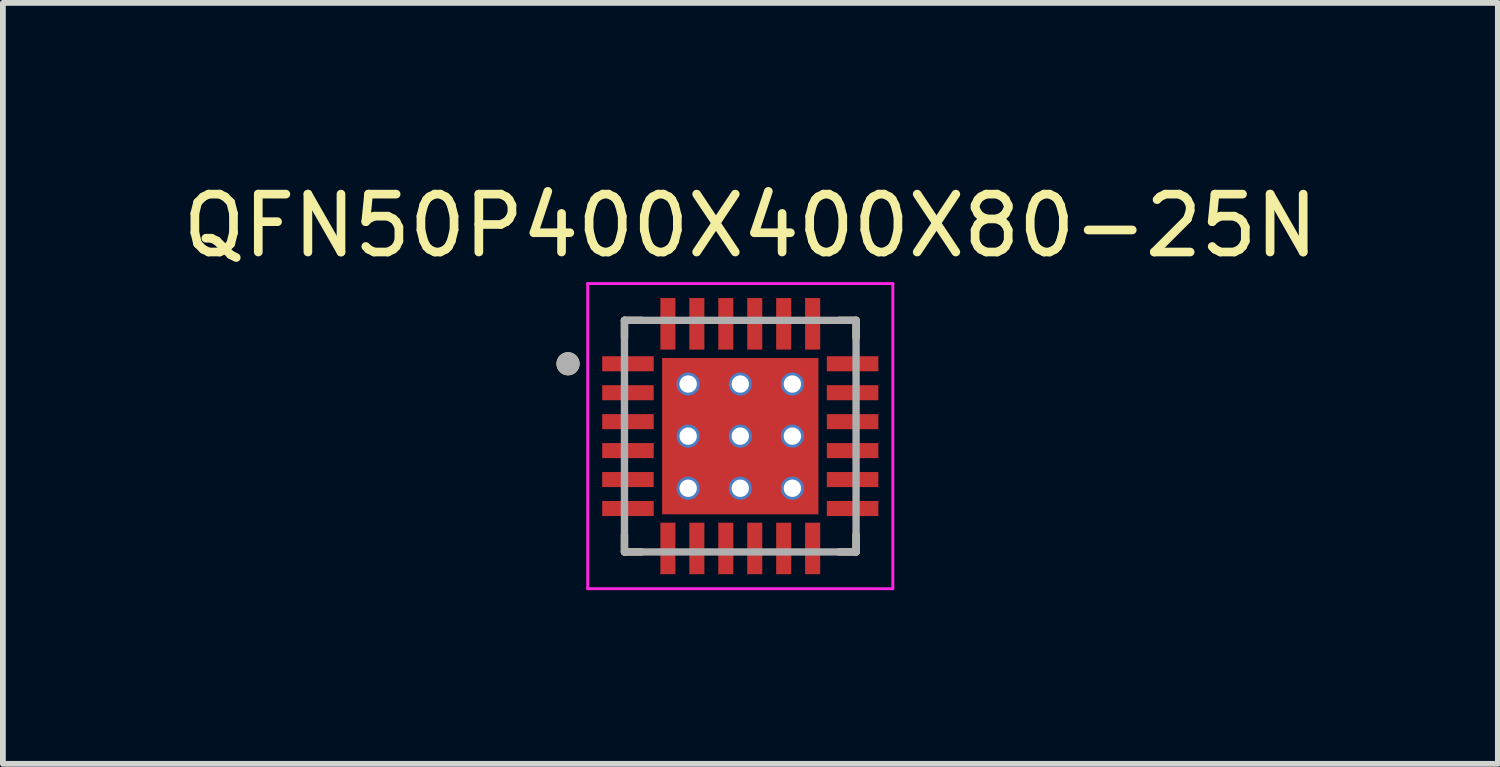
<source format=kicad_pcb>
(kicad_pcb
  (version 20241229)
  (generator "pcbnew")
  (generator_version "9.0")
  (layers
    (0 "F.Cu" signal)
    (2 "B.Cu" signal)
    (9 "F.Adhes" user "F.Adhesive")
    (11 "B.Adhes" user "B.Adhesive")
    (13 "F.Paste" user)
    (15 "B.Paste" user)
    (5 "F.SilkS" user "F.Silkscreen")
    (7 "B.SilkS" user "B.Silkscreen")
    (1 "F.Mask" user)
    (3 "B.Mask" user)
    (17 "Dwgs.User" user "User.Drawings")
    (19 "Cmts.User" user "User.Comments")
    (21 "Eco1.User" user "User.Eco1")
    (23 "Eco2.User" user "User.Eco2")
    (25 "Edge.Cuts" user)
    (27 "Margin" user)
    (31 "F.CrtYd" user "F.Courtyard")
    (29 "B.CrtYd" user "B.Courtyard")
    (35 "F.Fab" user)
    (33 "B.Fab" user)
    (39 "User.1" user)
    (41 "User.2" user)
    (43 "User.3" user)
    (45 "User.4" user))
  (footprint "QFN50P400X400X80-25N"
    (layer "F.Cu")
    (at 9.736 4.483)
    (property "Reference" "QFN50P400X400X80-25N" (at 0.175 -3.635 0) (layer "F.SilkS") (effects (font (size 1 1) (thickness 0.15))))
    (attr through_hole)
    (fp_line (start -2 -2) (end -2 -1.705) (stroke (width 0.127) (type solid)) (layer "F.SilkS"))
    (fp_line (start -2 -2) (end -1.705 -2) (stroke (width 0.127) (type solid)) (layer "F.SilkS"))
    (fp_line (start -2 2) (end -2 1.705) (stroke (width 0.127) (type solid)) (layer "F.SilkS"))
    (fp_line (start -2 2) (end -1.705 2) (stroke (width 0.127) (type solid)) (layer "F.SilkS"))
    (fp_line (start 2 -2) (end 1.705 -2) (stroke (width 0.127) (type solid)) (layer "F.SilkS"))
    (fp_line (start 2 -2) (end 2 -1.705) (stroke (width 0.127) (type solid)) (layer "F.SilkS"))
    (fp_line (start 2 2) (end 1.705 2) (stroke (width 0.127) (type solid)) (layer "F.SilkS"))
    (fp_line (start 2 2) (end 2 1.705) (stroke (width 0.127) (type solid)) (layer "F.SilkS"))
    (fp_circle (center -2.975 -1.25) (end -2.875 -1.25) (stroke (width 0.2) (type solid)) (fill no) (layer "F.SilkS"))
    (fp_poly (pts (xy -0.85 -0.85) (xy 0.85 -0.85) (xy 0.85 0.85) (xy -0.85 0.85)) (stroke (width 0.01) (type solid)) (fill yes) (layer "F.Paste"))
    (fp_line (start -2.635 -2.635) (end 2.635 -2.635) (stroke (width 0.05) (type solid)) (layer "F.CrtYd"))
    (fp_line (start -2.635 2.635) (end -2.635 -2.635) (stroke (width 0.05) (type solid)) (layer "F.CrtYd"))
    (fp_line (start -2.635 2.635) (end 2.635 2.635) (stroke (width 0.05) (type solid)) (layer "F.CrtYd"))
    (fp_line (start 2.635 2.635) (end 2.635 -2.635) (stroke (width 0.05) (type solid)) (layer "F.CrtYd"))
    (fp_line (start -2 2) (end -2 -2) (stroke (width 0.127) (type solid)) (layer "F.Fab"))
    (fp_line (start 2 -2) (end -2 -2) (stroke (width 0.127) (type solid)) (layer "F.Fab"))
    (fp_line (start 2 2) (end -2 2) (stroke (width 0.127) (type solid)) (layer "F.Fab"))
    (fp_line (start 2 2) (end 2 -2) (stroke (width 0.127) (type solid)) (layer "F.Fab"))
    (fp_circle (center -2.975 -1.25) (end -2.875 -1.25) (stroke (width 0.2) (type solid)) (fill no) (layer "F.Fab"))
    (pad "1" smd rect (at -1.94 -1.25) (size 0.89 0.26) (layers "F.Cu" "F.Mask" "F.Paste"))
    (pad "2" smd rect (at -1.94 -0.75) (size 0.89 0.26) (layers "F.Cu" "F.Mask" "F.Paste"))
    (pad "3" smd rect (at -1.94 -0.25) (size 0.89 0.26) (layers "F.Cu" "F.Mask" "F.Paste"))
    (pad "4" smd rect (at -1.94 0.25) (size 0.89 0.26) (layers "F.Cu" "F.Mask" "F.Paste"))
    (pad "5" smd rect (at -1.94 0.75) (size 0.89 0.26) (layers "F.Cu" "F.Mask" "F.Paste"))
    (pad "6" smd rect (at -1.94 1.25) (size 0.89 0.26) (layers "F.Cu" "F.Mask" "F.Paste"))
    (pad "7" smd rect (at -1.25 1.94) (size 0.26 0.89) (layers "F.Cu" "F.Mask" "F.Paste"))
    (pad "8" smd rect (at -0.75 1.94) (size 0.26 0.89) (layers "F.Cu" "F.Mask" "F.Paste"))
    (pad "9" smd rect (at -0.25 1.94) (size 0.26 0.89) (layers "F.Cu" "F.Mask" "F.Paste"))
    (pad "10" smd rect (at 0.25 1.94) (size 0.26 0.89) (layers "F.Cu" "F.Mask" "F.Paste"))
    (pad "11" smd rect (at 0.75 1.94) (size 0.26 0.89) (layers "F.Cu" "F.Mask" "F.Paste"))
    (pad "12" smd rect (at 1.25 1.94) (size 0.26 0.89) (layers "F.Cu" "F.Mask" "F.Paste"))
    (pad "13" smd rect (at 1.94 1.25) (size 0.89 0.26) (layers "F.Cu" "F.Mask" "F.Paste"))
    (pad "14" smd rect (at 1.94 0.75) (size 0.89 0.26) (layers "F.Cu" "F.Mask" "F.Paste"))
    (pad "15" smd rect (at 1.94 0.25) (size 0.89 0.26) (layers "F.Cu" "F.Mask" "F.Paste"))
    (pad "16" smd rect (at 1.94 -0.25) (size 0.89 0.26) (layers "F.Cu" "F.Mask" "F.Paste"))
    (pad "17" smd rect (at 1.94 -0.75) (size 0.89 0.26) (layers "F.Cu" "F.Mask" "F.Paste"))
    (pad "18" smd rect (at 1.94 -1.25) (size 0.89 0.26) (layers "F.Cu" "F.Mask" "F.Paste"))
    (pad "19" smd rect (at 1.25 -1.94) (size 0.26 0.89) (layers "F.Cu" "F.Mask" "F.Paste"))
    (pad "20" smd rect (at 0.75 -1.94) (size 0.26 0.89) (layers "F.Cu" "F.Mask" "F.Paste"))
    (pad "21" smd rect (at 0.25 -1.94) (size 0.26 0.89) (layers "F.Cu" "F.Mask" "F.Paste"))
    (pad "22" smd rect (at -0.25 -1.94) (size 0.26 0.89) (layers "F.Cu" "F.Mask" "F.Paste"))
    (pad "23" smd rect (at -0.75 -1.94) (size 0.26 0.89) (layers "F.Cu" "F.Mask" "F.Paste"))
    (pad "24" smd rect (at -1.25 -1.94) (size 0.26 0.89) (layers "F.Cu" "F.Mask" "F.Paste"))
    (pad "25" smd rect (at 0 0) (size 2.7 2.7) (layers "F.Cu" "F.Mask"))
    (pad "V25_1" thru_hole circle (at -0.9 -0.9) (size 0.4 0.4) (drill 0.3) (layers "*.Cu"))
    (pad "V25_2" thru_hole circle (at 0 -0.9) (size 0.4 0.4) (drill 0.3) (layers "*.Cu"))
    (pad "V25_3" thru_hole circle (at 0.9 -0.9) (size 0.4 0.4) (drill 0.3) (layers "*.Cu"))
    (pad "V25_4" thru_hole circle (at -0.9 0) (size 0.4 0.4) (drill 0.3) (layers "*.Cu"))
    (pad "V25_5" thru_hole circle (at 0 0) (size 0.4 0.4) (drill 0.3) (layers "*.Cu"))
    (pad "V25_6" thru_hole circle (at 0.9 0) (size 0.4 0.4) (drill 0.3) (layers "*.Cu"))
    (pad "V25_7" thru_hole circle (at -0.9 0.9) (size 0.4 0.4) (drill 0.3) (layers "*.Cu"))
    (pad "V25_8" thru_hole circle (at 0 0.9) (size 0.4 0.4) (drill 0.3) (layers "*.Cu"))
    (pad "V25_9" thru_hole circle (at 0.9 0.9) (size 0.4 0.4) (drill 0.3) (layers "*.Cu")))
  (gr_rect
    (start -3 -3)
    (end 22.821 10.143)
    (stroke (width 0.1) (type default))
    (fill no)
    (layer "Edge.Cuts")))
</source>
